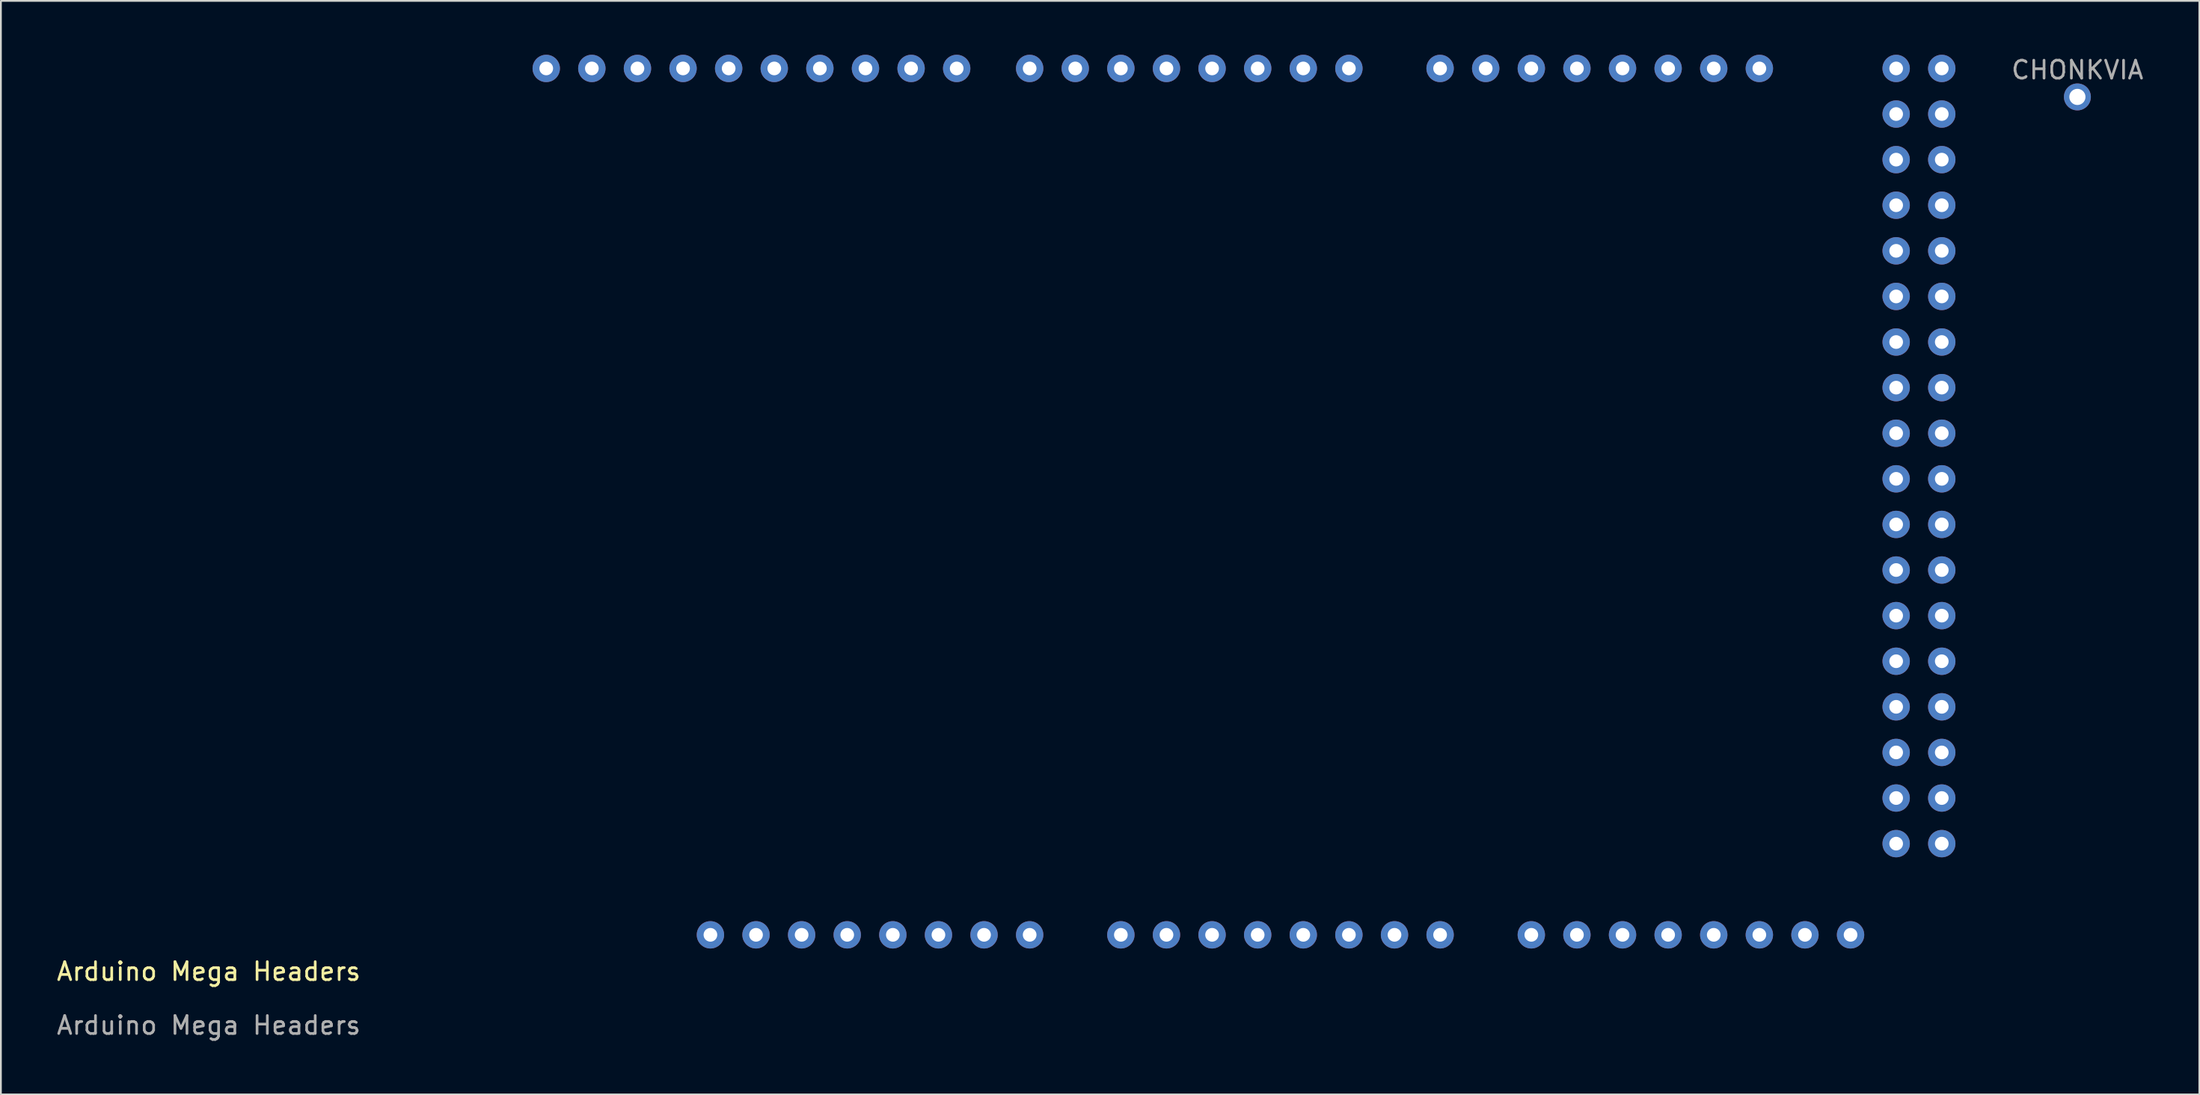
<source format=kicad_pcb>
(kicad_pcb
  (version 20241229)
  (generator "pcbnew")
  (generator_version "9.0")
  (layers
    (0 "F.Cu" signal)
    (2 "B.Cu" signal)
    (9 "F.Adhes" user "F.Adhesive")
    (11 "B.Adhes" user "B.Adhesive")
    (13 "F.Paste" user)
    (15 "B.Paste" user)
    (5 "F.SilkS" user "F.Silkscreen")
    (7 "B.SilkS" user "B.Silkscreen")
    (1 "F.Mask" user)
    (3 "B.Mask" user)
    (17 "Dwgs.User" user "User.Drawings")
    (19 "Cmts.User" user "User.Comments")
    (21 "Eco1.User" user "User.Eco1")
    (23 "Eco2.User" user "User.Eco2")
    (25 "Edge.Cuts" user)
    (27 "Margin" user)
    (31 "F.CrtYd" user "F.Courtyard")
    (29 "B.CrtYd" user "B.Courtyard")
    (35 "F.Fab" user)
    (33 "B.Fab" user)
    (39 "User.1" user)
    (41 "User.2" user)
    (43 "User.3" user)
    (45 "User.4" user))
  (footprint "Arduino Mega Headers"
    (layer "F.Cu")
    (at 8.577 51.562)
    (property "Reference" "Arduino Mega Headers" (at 0 -0.5 0) (unlocked yes) (layer "F.SilkS") (effects (font (size 1 1) (thickness 0.15))))
    (attr through_hole)
    (fp_text user "${REFERENCE}" (at 0 2.5 0) (unlocked yes) (layer "F.Fab") (effects (font (size 1 1) (thickness 0.15))))
    (pad "1" thru_hole circle (at 27.94 -2.54) (size 1.524 1.524) (drill 0.762) (layers "*.Cu" "*.Mask"))
    (pad "2" thru_hole circle (at 30.48 -2.54) (size 1.524 1.524) (drill 0.762) (layers "*.Cu" "*.Mask"))
    (pad "3" thru_hole circle (at 33.02 -2.54) (size 1.524 1.524) (drill 0.762) (layers "*.Cu" "*.Mask"))
    (pad "4" thru_hole circle (at 35.56 -2.54) (size 1.524 1.524) (drill 0.762) (layers "*.Cu" "*.Mask"))
    (pad "5" thru_hole circle (at 38.1 -2.54) (size 1.524 1.524) (drill 0.762) (layers "*.Cu" "*.Mask"))
    (pad "6" thru_hole circle (at 40.64 -2.54) (size 1.524 1.524) (drill 0.762) (layers "*.Cu" "*.Mask"))
    (pad "7" thru_hole circle (at 43.18 -2.54) (size 1.524 1.524) (drill 0.762) (layers "*.Cu" "*.Mask"))
    (pad "8" thru_hole circle (at 45.72 -2.54) (size 1.524 1.524) (drill 0.762) (layers "*.Cu" "*.Mask"))
    (pad "9" thru_hole circle (at 50.8 -2.54) (size 1.524 1.524) (drill 0.762) (layers "*.Cu" "*.Mask"))
    (pad "10" thru_hole circle (at 53.34 -2.54) (size 1.524 1.524) (drill 0.762) (layers "*.Cu" "*.Mask"))
    (pad "11" thru_hole circle (at 55.88 -2.54) (size 1.524 1.524) (drill 0.762) (layers "*.Cu" "*.Mask"))
    (pad "12" thru_hole circle (at 58.42 -2.54) (size 1.524 1.524) (drill 0.762) (layers "*.Cu" "*.Mask"))
    (pad "13" thru_hole circle (at 60.96 -2.54) (size 1.524 1.524) (drill 0.762) (layers "*.Cu" "*.Mask"))
    (pad "14" thru_hole circle (at 63.5 -2.54) (size 1.524 1.524) (drill 0.762) (layers "*.Cu" "*.Mask"))
    (pad "15" thru_hole circle (at 66.04 -2.54) (size 1.524 1.524) (drill 0.762) (layers "*.Cu" "*.Mask"))
    (pad "16" thru_hole circle (at 68.58 -2.54) (size 1.524 1.524) (drill 0.762) (layers "*.Cu" "*.Mask"))
    (pad "17" thru_hole circle (at 63.5 -50.8) (size 1.524 1.524) (drill 0.762) (layers "*.Cu" "*.Mask"))
    (pad "18" thru_hole circle (at 60.96 -50.8) (size 1.524 1.524) (drill 0.762) (layers "*.Cu" "*.Mask"))
    (pad "19" thru_hole circle (at 58.42 -50.8) (size 1.524 1.524) (drill 0.762) (layers "*.Cu" "*.Mask"))
    (pad "20" thru_hole circle (at 55.88 -50.8) (size 1.524 1.524) (drill 0.762) (layers "*.Cu" "*.Mask"))
    (pad "21" thru_hole circle (at 53.34 -50.8) (size 1.524 1.524) (drill 0.762) (layers "*.Cu" "*.Mask"))
    (pad "22" thru_hole circle (at 50.8 -50.8) (size 1.524 1.524) (drill 0.762) (layers "*.Cu" "*.Mask"))
    (pad "23" thru_hole circle (at 48.26 -50.8) (size 1.524 1.524) (drill 0.762) (layers "*.Cu" "*.Mask"))
    (pad "24" thru_hole circle (at 45.72 -50.8) (size 1.524 1.524) (drill 0.762) (layers "*.Cu" "*.Mask"))
    (pad "25" thru_hole circle (at 41.656 -50.8) (size 1.524 1.524) (drill 0.762) (layers "*.Cu" "*.Mask"))
    (pad "26" thru_hole circle (at 39.116 -50.8) (size 1.524 1.524) (drill 0.762) (layers "*.Cu" "*.Mask"))
    (pad "27" thru_hole circle (at 36.576 -50.8) (size 1.524 1.524) (drill 0.762) (layers "*.Cu" "*.Mask"))
    (pad "28" thru_hole circle (at 34.036 -50.8) (size 1.524 1.524) (drill 0.762) (layers "*.Cu" "*.Mask"))
    (pad "29" thru_hole circle (at 31.496 -50.8) (size 1.524 1.524) (drill 0.762) (layers "*.Cu" "*.Mask"))
    (pad "30" thru_hole circle (at 28.956 -50.8) (size 1.524 1.524) (drill 0.762) (layers "*.Cu" "*.Mask"))
    (pad "31" thru_hole circle (at 26.416 -50.8) (size 1.524 1.524) (drill 0.762) (layers "*.Cu" "*.Mask"))
    (pad "32" thru_hole circle (at 23.876 -50.8) (size 1.524 1.524) (drill 0.762) (layers "*.Cu" "*.Mask"))
    (pad "33" thru_hole circle (at 21.336 -50.8) (size 1.524 1.524) (drill 0.762) (layers "*.Cu" "*.Mask"))
    (pad "34" thru_hole circle (at 18.796 -50.8) (size 1.524 1.524) (drill 0.762) (layers "*.Cu" "*.Mask"))
    (pad "35" thru_hole circle (at 68.58 -50.8) (size 1.524 1.524) (drill 0.762) (layers "*.Cu" "*.Mask"))
    (pad "36" thru_hole circle (at 71.12 -50.8) (size 1.524 1.524) (drill 0.762) (layers "*.Cu" "*.Mask"))
    (pad "37" thru_hole circle (at 73.66 -50.8) (size 1.524 1.524) (drill 0.762) (layers "*.Cu" "*.Mask"))
    (pad "38" thru_hole circle (at 76.2 -50.8) (size 1.524 1.524) (drill 0.762) (layers "*.Cu" "*.Mask"))
    (pad "39" thru_hole circle (at 78.74 -50.8) (size 1.524 1.524) (drill 0.762) (layers "*.Cu" "*.Mask"))
    (pad "40" thru_hole circle (at 81.28 -50.8) (size 1.524 1.524) (drill 0.762) (layers "*.Cu" "*.Mask"))
    (pad "41" thru_hole circle (at 83.82 -50.8) (size 1.524 1.524) (drill 0.762) (layers "*.Cu" "*.Mask"))
    (pad "42" thru_hole circle (at 86.36 -50.8) (size 1.524 1.524) (drill 0.762) (layers "*.Cu" "*.Mask"))
    (pad "43" thru_hole circle (at 93.98 -50.8) (size 1.524 1.524) (drill 0.762) (layers "*.Cu" "*.Mask"))
    (pad "44" thru_hole circle (at 96.52 -50.8) (size 1.524 1.524) (drill 0.762) (layers "*.Cu" "*.Mask"))
    (pad "45" thru_hole circle (at 93.98 -48.26) (size 1.524 1.524) (drill 0.762) (layers "*.Cu" "*.Mask"))
    (pad "46" thru_hole circle (at 96.52 -48.26) (size 1.524 1.524) (drill 0.762) (layers "*.Cu" "*.Mask"))
    (pad "47" thru_hole circle (at 93.98 -45.72) (size 1.524 1.524) (drill 0.762) (layers "*.Cu" "*.Mask"))
    (pad "48" thru_hole circle (at 96.52 -45.72) (size 1.524 1.524) (drill 0.762) (layers "*.Cu" "*.Mask"))
    (pad "49" thru_hole circle (at 93.98 -43.18) (size 1.524 1.524) (drill 0.762) (layers "*.Cu" "*.Mask"))
    (pad "50" thru_hole circle (at 96.52 -43.18) (size 1.524 1.524) (drill 0.762) (layers "*.Cu" "*.Mask"))
    (pad "51" thru_hole circle (at 93.98 -40.64) (size 1.524 1.524) (drill 0.762) (layers "*.Cu" "*.Mask"))
    (pad "52" thru_hole circle (at 96.52 -40.64) (size 1.524 1.524) (drill 0.762) (layers "*.Cu" "*.Mask"))
    (pad "53" thru_hole circle (at 93.98 -38.1) (size 1.524 1.524) (drill 0.762) (layers "*.Cu" "*.Mask"))
    (pad "54" thru_hole circle (at 96.52 -38.1) (size 1.524 1.524) (drill 0.762) (layers "*.Cu" "*.Mask"))
    (pad "55" thru_hole circle (at 93.98 -35.56) (size 1.524 1.524) (drill 0.762) (layers "*.Cu" "*.Mask"))
    (pad "56" thru_hole circle (at 96.52 -35.56) (size 1.524 1.524) (drill 0.762) (layers "*.Cu" "*.Mask"))
    (pad "57" thru_hole circle (at 93.98 -33.02) (size 1.524 1.524) (drill 0.762) (layers "*.Cu" "*.Mask"))
    (pad "58" thru_hole circle (at 96.52 -33.02) (size 1.524 1.524) (drill 0.762) (layers "*.Cu" "*.Mask"))
    (pad "59" thru_hole circle (at 93.98 -30.48) (size 1.524 1.524) (drill 0.762) (layers "*.Cu" "*.Mask"))
    (pad "60" thru_hole circle (at 96.52 -30.48) (size 1.524 1.524) (drill 0.762) (layers "*.Cu" "*.Mask"))
    (pad "61" thru_hole circle (at 93.98 -27.94) (size 1.524 1.524) (drill 0.762) (layers "*.Cu" "*.Mask"))
    (pad "62" thru_hole circle (at 96.52 -27.94) (size 1.524 1.524) (drill 0.762) (layers "*.Cu" "*.Mask"))
    (pad "63" thru_hole circle (at 93.98 -25.4) (size 1.524 1.524) (drill 0.762) (layers "*.Cu" "*.Mask"))
    (pad "64" thru_hole circle (at 96.52 -25.4) (size 1.524 1.524) (drill 0.762) (layers "*.Cu" "*.Mask"))
    (pad "65" thru_hole circle (at 93.98 -22.86) (size 1.524 1.524) (drill 0.762) (layers "*.Cu" "*.Mask"))
    (pad "66" thru_hole circle (at 96.52 -22.86) (size 1.524 1.524) (drill 0.762) (layers "*.Cu" "*.Mask"))
    (pad "67" thru_hole circle (at 93.98 -20.32) (size 1.524 1.524) (drill 0.762) (layers "*.Cu" "*.Mask"))
    (pad "68" thru_hole circle (at 96.52 -20.32) (size 1.524 1.524) (drill 0.762) (layers "*.Cu" "*.Mask"))
    (pad "69" thru_hole circle (at 93.98 -17.78) (size 1.524 1.524) (drill 0.762) (layers "*.Cu" "*.Mask"))
    (pad "70" thru_hole circle (at 96.52 -17.78) (size 1.524 1.524) (drill 0.762) (layers "*.Cu" "*.Mask"))
    (pad "71" thru_hole circle (at 93.98 -15.24) (size 1.524 1.524) (drill 0.762) (layers "*.Cu" "*.Mask"))
    (pad "72" thru_hole circle (at 96.52 -15.24) (size 1.524 1.524) (drill 0.762) (layers "*.Cu" "*.Mask"))
    (pad "73" thru_hole circle (at 93.98 -12.7) (size 1.524 1.524) (drill 0.762) (layers "*.Cu" "*.Mask"))
    (pad "74" thru_hole circle (at 96.52 -12.7) (size 1.524 1.524) (drill 0.762) (layers "*.Cu" "*.Mask"))
    (pad "75" thru_hole circle (at 93.98 -10.16) (size 1.524 1.524) (drill 0.762) (layers "*.Cu" "*.Mask"))
    (pad "76" thru_hole circle (at 96.52 -10.16) (size 1.524 1.524) (drill 0.762) (layers "*.Cu" "*.Mask"))
    (pad "77" thru_hole circle (at 93.98 -7.62) (size 1.524 1.524) (drill 0.762) (layers "*.Cu" "*.Mask"))
    (pad "78" thru_hole circle (at 96.52 -7.62) (size 1.524 1.524) (drill 0.762) (layers "*.Cu" "*.Mask"))
    (pad "79" thru_hole circle (at 73.66 -2.54) (size 1.524 1.524) (drill 0.762) (layers "*.Cu" "*.Mask"))
    (pad "80" thru_hole circle (at 76.2 -2.54) (size 1.524 1.524) (drill 0.762) (layers "*.Cu" "*.Mask"))
    (pad "81" thru_hole circle (at 78.74 -2.54) (size 1.524 1.524) (drill 0.762) (layers "*.Cu" "*.Mask"))
    (pad "82" thru_hole circle (at 81.28 -2.54) (size 1.524 1.524) (drill 0.762) (layers "*.Cu" "*.Mask"))
    (pad "83" thru_hole circle (at 83.82 -2.54) (size 1.524 1.524) (drill 0.762) (layers "*.Cu" "*.Mask"))
    (pad "84" thru_hole circle (at 86.36 -2.54) (size 1.524 1.524) (drill 0.762) (layers "*.Cu" "*.Mask"))
    (pad "85" thru_hole circle (at 88.9 -2.54) (size 1.524 1.524) (drill 0.762) (layers "*.Cu" "*.Mask"))
    (pad "86" thru_hole circle (at 91.44 -2.54) (size 1.524 1.524) (drill 0.762) (layers "*.Cu" "*.Mask")))
  (footprint "CHONKVIA"
    (layer "F.Cu")
    (at 112.651 2.348)
    (property "Reference" "CHONKVIA" (at 0 -1.5 0) (unlocked yes) (layer "F.Fab") (effects (font (size 1 1) (thickness 0.15))))
    (attr through_hole)
    (pad "1" thru_hole circle (at 0 0) (size 1.5 1.5) (drill 0.9) (layers "*.Cu" "*.Mask")))
  (gr_rect
    (start -3 -3)
    (end 119.443 57.91)
    (stroke (width 0.1) (type default))
    (fill no)
    (layer "Edge.Cuts")))
</source>
